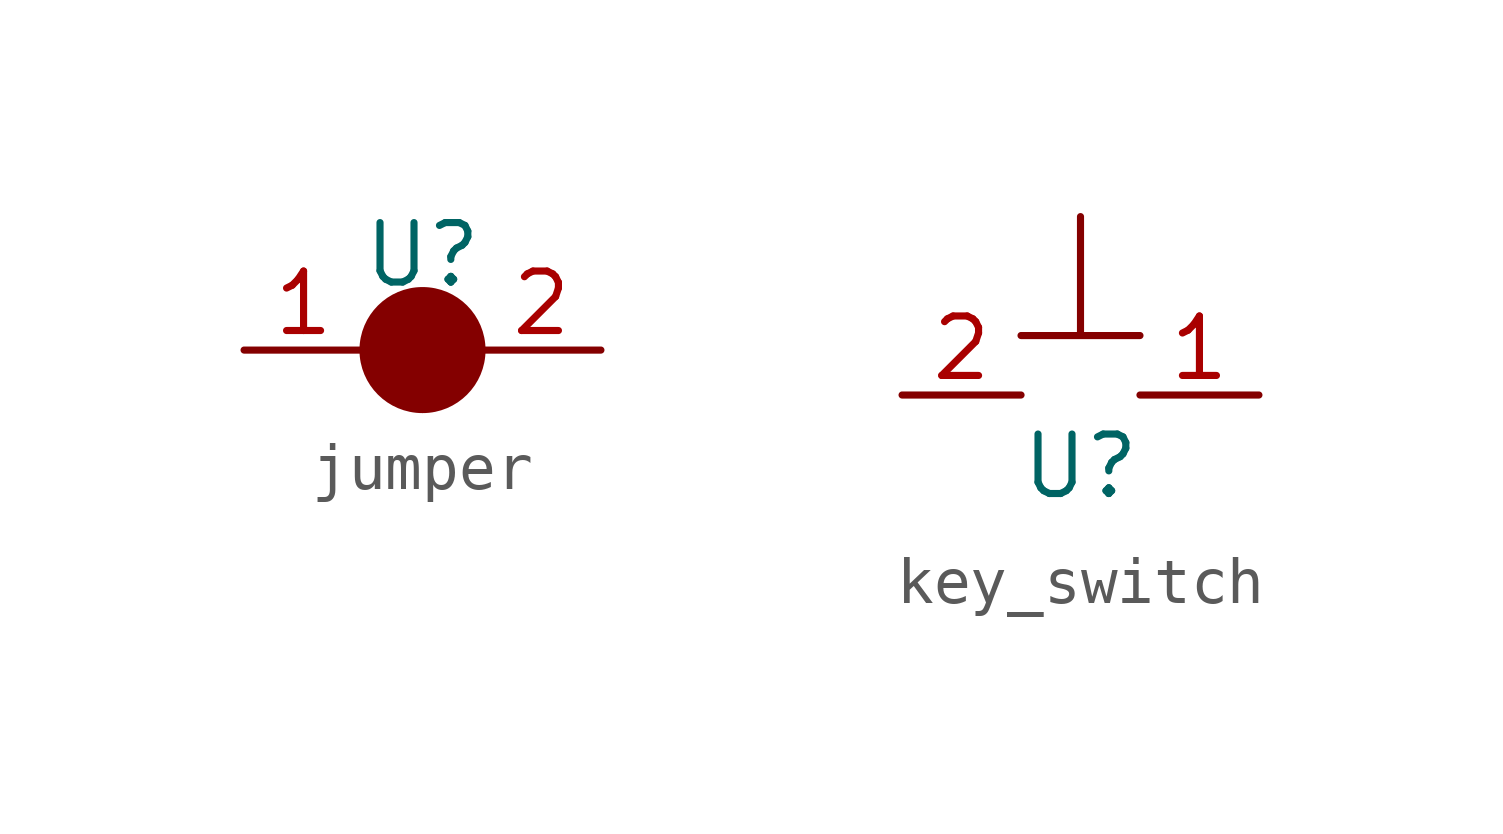
<source format=kicad_sym>
(kicad_symbol_lib
  (version 20241209)
  (generator "kicad_symbol_editor")
  (generator_version "9.0")
  (symbol "jumper"
    (property "Reference" "U"
      (at 0 2.032 0)
      (effects (font (size 1.27 1.27))))
    (property "Value" ""
      (at 0 0 0)
      (effects (font (size 1.27 1.27))))
    (symbol "jumper_1_1"
      (circle (center 0 0) (radius 1.27) (stroke (width 0) (type default)) (fill (type outline)))
      (pin bidirectional line (at -3.81 0 0) (length 2.54) (name "" (effects (font (size 1.27 1.27)))) (number "1" (effects (font (size 1.27 1.27)))))
      (pin bidirectional line (at 3.81 0 180) (length 2.54) (name "" (effects (font (size 1.27 1.27)))) (number "2" (effects (font (size 1.27 1.27)))))))
  (symbol "key_switch"
    (property "Reference" "U"
      (at 0 -1.524 0)
      (effects (font (size 1.27 1.27))))
    (property "Value" ""
      (at 0 0 0)
      (effects (font (size 1.27 1.27))))
    (symbol "key_switch_0_1"
      (polyline (pts (xy -1.27 1.27) (xy 1.27 1.27) (xy 0 1.27) (xy 0 3.81)) (stroke (width 0) (type default)) (fill (type none))))
    (symbol "key_switch_1_1"
      (pin bidirectional line (at -3.81 0 0) (length 2.54) (name "" (effects (font (size 1.27 1.27)))) (number "2" (effects (font (size 1.27 1.27)))))
      (pin bidirectional line (at 3.81 0 180) (length 2.54) (name "" (effects (font (size 1.27 1.27)))) (number "1" (effects (font (size 1.27 1.27))))))))
</source>
